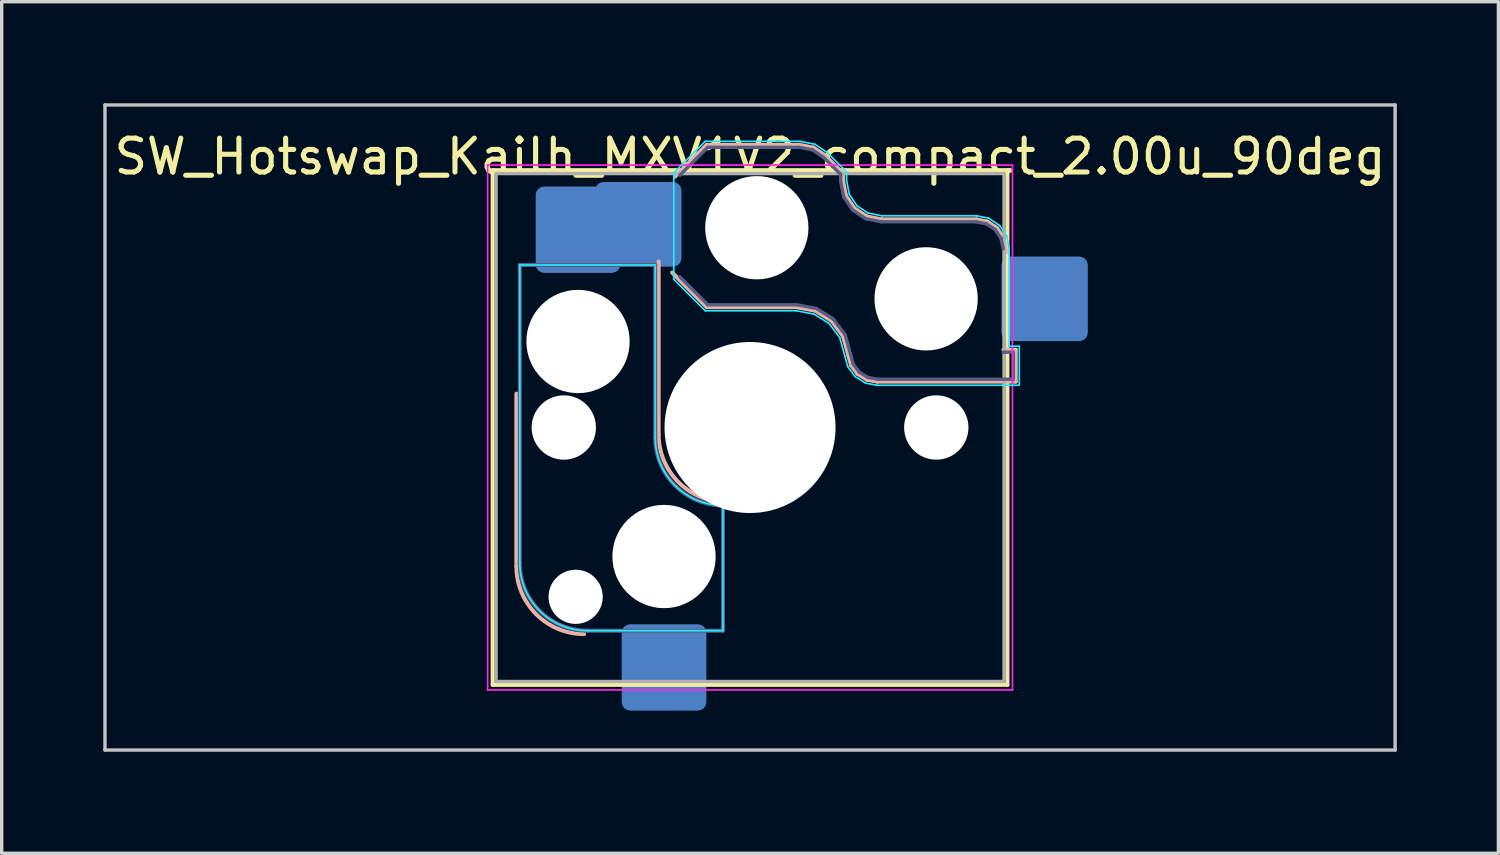
<source format=kicad_pcb>
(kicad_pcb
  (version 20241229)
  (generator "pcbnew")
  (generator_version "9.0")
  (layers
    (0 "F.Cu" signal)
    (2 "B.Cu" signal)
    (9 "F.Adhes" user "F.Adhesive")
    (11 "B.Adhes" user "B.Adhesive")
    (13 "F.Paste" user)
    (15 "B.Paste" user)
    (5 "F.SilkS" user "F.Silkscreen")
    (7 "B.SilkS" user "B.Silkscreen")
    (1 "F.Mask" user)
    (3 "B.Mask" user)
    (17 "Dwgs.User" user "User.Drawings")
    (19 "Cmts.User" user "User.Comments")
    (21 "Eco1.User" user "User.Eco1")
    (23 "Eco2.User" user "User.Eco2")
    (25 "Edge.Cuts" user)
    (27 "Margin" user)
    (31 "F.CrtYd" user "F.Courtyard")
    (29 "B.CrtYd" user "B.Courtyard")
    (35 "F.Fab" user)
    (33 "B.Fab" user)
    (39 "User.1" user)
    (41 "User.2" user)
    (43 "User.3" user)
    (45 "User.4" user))
  (footprint "SW_Hotswap_Kailh_MXV1V2_compact_2.00u_90deg"
    (layer "F.Cu")
    (at 19.1 9.575)
    (property "Reference" "SW_Hotswap_Kailh_MXV1V2_compact_2.00u_90deg" (at 0 -8 0) (layer "F.SilkS") (effects (font (size 1 1) (thickness 0.15))))
    (attr smd)
    (fp_line (start -7.6 -7.6) (end -7.6 7.6) (stroke (width 0.12) (type solid)) (layer "F.SilkS"))
    (fp_line (start -7.6 7.6) (end 7.6 7.6) (stroke (width 0.12) (type solid)) (layer "F.SilkS"))
    (fp_line (start 7.6 -7.6) (end -7.6 -7.6) (stroke (width 0.12) (type solid)) (layer "F.SilkS"))
    (fp_line (start 7.6 7.6) (end 7.6 -7.6) (stroke (width 0.12) (type solid)) (layer "F.SilkS"))
    (fp_line (start -6.9 4.1) (end -6.9 -1) (stroke (width 0.12) (type solid)) (layer "B.SilkS"))
    (fp_line (start -2.7 0.2) (end -2.7 -4.9) (stroke (width 0.12) (type solid)) (layer "B.SilkS"))
    (fp_line (start -2.216 -7.409) (end -1.279 -8.346) (stroke (width 0.12) (type solid)) (layer "B.SilkS"))
    (fp_line (start -1.279 -8.346) (end 1.468 -8.346) (stroke (width 0.12) (type solid)) (layer "B.SilkS"))
    (fp_line (start -1.279 -3.554) (end -2.3 -4.575) (stroke (width 0.12) (type solid)) (layer "B.SilkS"))
    (fp_line (start 1.368 -3.554) (end -1.279 -3.554) (stroke (width 0.12) (type solid)) (layer "B.SilkS"))
    (fp_line (start 1.468 -8.346) (end 1.871 -8.266) (stroke (width 0.12) (type solid)) (layer "B.SilkS"))
    (fp_line (start 1.871 -8.266) (end 2.213 -8.037) (stroke (width 0.12) (type solid)) (layer "B.SilkS"))
    (fp_line (start 1.93 -3.449) (end 1.368 -3.554) (stroke (width 0.12) (type solid)) (layer "B.SilkS"))
    (fp_line (start 2.213 -8.037) (end 2.746 -7.504) (stroke (width 0.12) (type solid)) (layer "B.SilkS"))
    (fp_line (start 2.409 -3.15) (end 1.93 -3.449) (stroke (width 0.12) (type solid)) (layer "B.SilkS"))
    (fp_line (start 2.746 -7.504) (end 2.746 -7.282) (stroke (width 0.12) (type solid)) (layer "B.SilkS"))
    (fp_line (start 2.746 -7.282) (end 2.833 -6.844) (stroke (width 0.12) (type solid)) (layer "B.SilkS"))
    (fp_line (start 2.747 -2.697) (end 2.409 -3.15) (stroke (width 0.12) (type solid)) (layer "B.SilkS"))
    (fp_line (start 2.833 -6.844) (end 3.077 -6.477) (stroke (width 0.12) (type solid)) (layer "B.SilkS"))
    (fp_line (start 2.901 -2.139) (end 2.747 -2.697) (stroke (width 0.12) (type solid)) (layer "B.SilkS"))
    (fp_line (start 2.983 -1.841) (end 2.901 -2.139) (stroke (width 0.12) (type solid)) (layer "B.SilkS"))
    (fp_line (start 3.077 -6.477) (end 3.444 -6.233) (stroke (width 0.12) (type solid)) (layer "B.SilkS"))
    (fp_line (start 3.176 -1.583) (end 2.983 -1.841) (stroke (width 0.12) (type solid)) (layer "B.SilkS"))
    (fp_line (start 3.444 -6.233) (end 3.882 -6.146) (stroke (width 0.12) (type solid)) (layer "B.SilkS"))
    (fp_line (start 3.45 -1.413) (end 3.176 -1.583) (stroke (width 0.12) (type solid)) (layer "B.SilkS"))
    (fp_line (start 3.76 -1.354) (end 3.45 -1.413) (stroke (width 0.12) (type solid)) (layer "B.SilkS"))
    (fp_line (start 3.882 -6.146) (end 6.682 -6.146) (stroke (width 0.12) (type solid)) (layer "B.SilkS"))
    (fp_line (start 6.682 -6.146) (end 7.009 -6.081) (stroke (width 0.12) (type solid)) (layer "B.SilkS"))
    (fp_line (start 7.009 -6.081) (end 7.292 -5.892) (stroke (width 0.12) (type solid)) (layer "B.SilkS"))
    (fp_line (start 7.292 -5.892) (end 7.481 -5.609) (stroke (width 0.12) (type solid)) (layer "B.SilkS"))
    (fp_line (start 7.481 -5.609) (end 7.566 -5.182) (stroke (width 0.12) (type solid)) (layer "B.SilkS"))
    (fp_line (start 7.483 -2.296) (end 7.846 -2.296) (stroke (width 0.12) (type solid)) (layer "B.SilkS"))
    (fp_line (start 7.846 -2.296) (end 7.846 -1.354) (stroke (width 0.12) (type solid)) (layer "B.SilkS"))
    (fp_line (start 7.846 -1.354) (end 3.76 -1.354) (stroke (width 0.12) (type solid)) (layer "B.SilkS"))
    (fp_arc (start -4.9 6.1) (mid -6.314214 5.514214) (end -6.9 4.1) (stroke (width 0.12) (type solid)) (layer "B.SilkS"))
    (fp_arc (start -0.7 2.2) (mid -2.114214 1.614214) (end -2.7 0.2) (stroke (width 0.12) (type solid)) (layer "B.SilkS"))
    (fp_line (start -19.05 -9.525) (end -19.05 9.525) (stroke (width 0.1) (type solid)) (layer "Dwgs.User"))
    (fp_line (start -19.05 9.525) (end 19.05 9.525) (stroke (width 0.1) (type solid)) (layer "Dwgs.User"))
    (fp_line (start 19.05 -9.525) (end -19.05 -9.525) (stroke (width 0.1) (type solid)) (layer "Dwgs.User"))
    (fp_line (start 19.05 9.525) (end 19.05 -9.525) (stroke (width 0.1) (type solid)) (layer "Dwgs.User"))
    (fp_line (start -6.8 -4.8) (end -2.8 -4.8) (stroke (width 0.05) (type solid)) (layer "B.CrtYd"))
    (fp_line (start -6.8 4) (end -6.8 -4.8) (stroke (width 0.05) (type solid)) (layer "B.CrtYd"))
    (fp_line (start -2.8 0.3) (end -2.8 -4.8) (stroke (width 0.05) (type solid)) (layer "B.CrtYd"))
    (fp_line (start -2.252 -7.523) (end -1.323 -8.452) (stroke (width 0.05) (type solid)) (layer "B.CrtYd"))
    (fp_line (start -2.252 -4.377) (end -2.252 -7.523) (stroke (width 0.05) (type solid)) (layer "B.CrtYd"))
    (fp_line (start -1.323 -8.452) (end 1.478 -8.452) (stroke (width 0.05) (type solid)) (layer "B.CrtYd"))
    (fp_line (start -1.323 -3.448) (end -2.252 -4.377) (stroke (width 0.05) (type solid)) (layer "B.CrtYd"))
    (fp_line (start -0.8 6) (end -4.8 6) (stroke (width 0.05) (type solid)) (layer "B.CrtYd"))
    (fp_line (start -0.8 6) (end -0.8 2.3) (stroke (width 0.05) (type solid)) (layer "B.CrtYd"))
    (fp_line (start 1.359 -3.448) (end -1.323 -3.448) (stroke (width 0.05) (type solid)) (layer "B.CrtYd"))
    (fp_line (start 1.478 -8.452) (end 1.912 -8.366) (stroke (width 0.05) (type solid)) (layer "B.CrtYd"))
    (fp_line (start 1.891 -3.348) (end 1.359 -3.448) (stroke (width 0.05) (type solid)) (layer "B.CrtYd"))
    (fp_line (start 1.912 -8.366) (end 2.281 -8.119) (stroke (width 0.05) (type solid)) (layer "B.CrtYd"))
    (fp_line (start 2.281 -8.119) (end 2.852 -7.548) (stroke (width 0.05) (type solid)) (layer "B.CrtYd"))
    (fp_line (start 2.336 -3.071) (end 1.891 -3.348) (stroke (width 0.05) (type solid)) (layer "B.CrtYd"))
    (fp_line (start 2.65 -2.65) (end 2.336 -3.071) (stroke (width 0.05) (type solid)) (layer "B.CrtYd"))
    (fp_line (start 2.799 -2.111) (end 2.65 -2.65) (stroke (width 0.05) (type solid)) (layer "B.CrtYd"))
    (fp_line (start 2.852 -7.548) (end 2.852 -7.292) (stroke (width 0.05) (type solid)) (layer "B.CrtYd"))
    (fp_line (start 2.852 -7.292) (end 2.933 -6.885) (stroke (width 0.05) (type solid)) (layer "B.CrtYd"))
    (fp_line (start 2.887 -1.794) (end 2.799 -2.111) (stroke (width 0.05) (type solid)) (layer "B.CrtYd"))
    (fp_line (start 2.933 -6.885) (end 3.153 -6.553) (stroke (width 0.05) (type solid)) (layer "B.CrtYd"))
    (fp_line (start 3.103 -1.503) (end 2.887 -1.794) (stroke (width 0.05) (type solid)) (layer "B.CrtYd"))
    (fp_line (start 3.153 -6.553) (end 3.485 -6.333) (stroke (width 0.05) (type solid)) (layer "B.CrtYd"))
    (fp_line (start 3.411 -1.312) (end 3.103 -1.503) (stroke (width 0.05) (type solid)) (layer "B.CrtYd"))
    (fp_line (start 3.485 -6.333) (end 3.892 -6.252) (stroke (width 0.05) (type solid)) (layer "B.CrtYd"))
    (fp_line (start 3.75 -1.248) (end 3.411 -1.312) (stroke (width 0.05) (type solid)) (layer "B.CrtYd"))
    (fp_line (start 3.892 -6.252) (end 6.692 -6.252) (stroke (width 0.05) (type solid)) (layer "B.CrtYd"))
    (fp_line (start 6.692 -6.252) (end 7.05 -6.181) (stroke (width 0.05) (type solid)) (layer "B.CrtYd"))
    (fp_line (start 7.05 -6.181) (end 7.368 -5.968) (stroke (width 0.05) (type solid)) (layer "B.CrtYd"))
    (fp_line (start 7.368 -5.968) (end 7.581 -5.65) (stroke (width 0.05) (type solid)) (layer "B.CrtYd"))
    (fp_line (start 7.581 -5.65) (end 7.652 -5.292) (stroke (width 0.05) (type solid)) (layer "B.CrtYd"))
    (fp_line (start 7.652 -5.292) (end 7.652 -2.402) (stroke (width 0.05) (type solid)) (layer "B.CrtYd"))
    (fp_line (start 7.652 -2.402) (end 7.952 -2.402) (stroke (width 0.05) (type solid)) (layer "B.CrtYd"))
    (fp_line (start 7.952 -2.402) (end 7.952 -1.248) (stroke (width 0.05) (type solid)) (layer "B.CrtYd"))
    (fp_line (start 7.952 -1.248) (end 3.75 -1.248) (stroke (width 0.05) (type solid)) (layer "B.CrtYd"))
    (fp_arc (start -4.8 6) (mid -6.214214 5.414214) (end -6.8 4) (stroke (width 0.05) (type solid)) (layer "B.CrtYd"))
    (fp_arc (start -0.8 2.3) (mid -2.214214 1.714214) (end -2.8 0.3) (stroke (width 0.05) (type solid)) (layer "B.CrtYd"))
    (fp_line (start -7.75 -7.75) (end -7.75 7.75) (stroke (width 0.05) (type solid)) (layer "F.CrtYd"))
    (fp_line (start -7.75 7.75) (end 7.75 7.75) (stroke (width 0.05) (type solid)) (layer "F.CrtYd"))
    (fp_line (start 7.75 -7.75) (end -7.75 -7.75) (stroke (width 0.05) (type solid)) (layer "F.CrtYd"))
    (fp_line (start 7.75 7.75) (end 7.75 -7.75) (stroke (width 0.05) (type solid)) (layer "F.CrtYd"))
    (fp_line (start -6.8 -4.8) (end -2.8 -4.8) (stroke (width 0.12) (type solid)) (layer "B.Fab"))
    (fp_line (start -6.8 4) (end -6.8 -4.8) (stroke (width 0.12) (type solid)) (layer "B.Fab"))
    (fp_line (start -2.8 0.3) (end -2.8 -4.8) (stroke (width 0.12) (type solid)) (layer "B.Fab"))
    (fp_line (start -2.075 -7.45) (end -1.25 -8.275) (stroke (width 0.1) (type solid)) (layer "B.Fab"))
    (fp_line (start -1.25 -8.275) (end 1.461 -8.275) (stroke (width 0.1) (type solid)) (layer "B.Fab"))
    (fp_line (start -1.25 -3.625) (end -2.075 -4.45) (stroke (width 0.1) (type solid)) (layer "B.Fab"))
    (fp_line (start -0.8 6) (end -4.8 6) (stroke (width 0.12) (type solid)) (layer "B.Fab"))
    (fp_line (start -0.8 6) (end -0.8 2.3) (stroke (width 0.12) (type solid)) (layer "B.Fab"))
    (fp_line (start 1.375 -3.625) (end -1.25 -3.625) (stroke (width 0.1) (type solid)) (layer "B.Fab"))
    (fp_line (start 1.461 -8.275) (end 1.843 -8.199) (stroke (width 0.1) (type solid)) (layer "B.Fab"))
    (fp_line (start 1.843 -8.199) (end 2.168 -7.982) (stroke (width 0.1) (type solid)) (layer "B.Fab"))
    (fp_line (start 1.956 -3.516) (end 1.375 -3.625) (stroke (width 0.1) (type solid)) (layer "B.Fab"))
    (fp_line (start 2.168 -7.982) (end 2.675 -7.475) (stroke (width 0.1) (type solid)) (layer "B.Fab"))
    (fp_line (start 2.458 -3.203) (end 1.956 -3.516) (stroke (width 0.1) (type solid)) (layer "B.Fab"))
    (fp_line (start 2.675 -7.475) (end 2.675 -7.275) (stroke (width 0.1) (type solid)) (layer "B.Fab"))
    (fp_line (start 2.675 -7.275) (end 2.766 -6.816) (stroke (width 0.1) (type solid)) (layer "B.Fab"))
    (fp_line (start 2.766 -6.816) (end 3.026 -6.426) (stroke (width 0.1) (type solid)) (layer "B.Fab"))
    (fp_line (start 2.812 -2.729) (end 2.458 -3.203) (stroke (width 0.1) (type solid)) (layer "B.Fab"))
    (fp_line (start 2.969 -2.158) (end 2.812 -2.729) (stroke (width 0.1) (type solid)) (layer "B.Fab"))
    (fp_line (start 3.026 -6.426) (end 3.416 -6.166) (stroke (width 0.1) (type solid)) (layer "B.Fab"))
    (fp_line (start 3.048 -1.873) (end 2.969 -2.158) (stroke (width 0.1) (type solid)) (layer "B.Fab"))
    (fp_line (start 3.225 -1.636) (end 3.048 -1.873) (stroke (width 0.1) (type solid)) (layer "B.Fab"))
    (fp_line (start 3.416 -6.166) (end 3.875 -6.075) (stroke (width 0.1) (type solid)) (layer "B.Fab"))
    (fp_line (start 3.476 -1.48) (end 3.225 -1.636) (stroke (width 0.1) (type solid)) (layer "B.Fab"))
    (fp_line (start 3.767 -1.425) (end 3.476 -1.48) (stroke (width 0.1) (type solid)) (layer "B.Fab"))
    (fp_line (start 3.875 -6.075) (end 6.675 -6.075) (stroke (width 0.1) (type solid)) (layer "B.Fab"))
    (fp_line (start 6.675 -6.075) (end 6.981 -6.014) (stroke (width 0.1) (type solid)) (layer "B.Fab"))
    (fp_line (start 6.981 -6.014) (end 7.241 -5.841) (stroke (width 0.1) (type solid)) (layer "B.Fab"))
    (fp_line (start 7.241 -5.841) (end 7.414 -5.581) (stroke (width 0.1) (type solid)) (layer "B.Fab"))
    (fp_line (start 7.414 -5.581) (end 7.475 -5.275) (stroke (width 0.1) (type solid)) (layer "B.Fab"))
    (fp_line (start 7.475 -2.225) (end 7.775 -2.225) (stroke (width 0.1) (type solid)) (layer "B.Fab"))
    (fp_line (start 7.775 -2.225) (end 7.775 -1.425) (stroke (width 0.1) (type solid)) (layer "B.Fab"))
    (fp_line (start 7.775 -1.425) (end 3.767 -1.425) (stroke (width 0.1) (type solid)) (layer "B.Fab"))
    (fp_arc (start -4.8 6) (mid -6.214214 5.414214) (end -6.8 4) (stroke (width 0.12) (type solid)) (layer "B.Fab"))
    (fp_arc (start -0.8 2.3) (mid -2.214214 1.714214) (end -2.8 0.3) (stroke (width 0.12) (type solid)) (layer "B.Fab"))
    (fp_line (start -7.5 -7.5) (end -7.5 7.5) (stroke (width 0.1) (type solid)) (layer "F.Fab"))
    (fp_line (start -7.5 7.5) (end 7.5 7.5) (stroke (width 0.1) (type solid)) (layer "F.Fab"))
    (fp_line (start 7.5 -7.5) (end -7.5 -7.5) (stroke (width 0.1) (type solid)) (layer "F.Fab"))
    (fp_line (start 7.5 7.5) (end 7.5 -7.5) (stroke (width 0.1) (type solid)) (layer "F.Fab"))
    (pad "" np_thru_hole circle (at -5.5 0) (size 1.9 1.9) (drill 1.9) (layers "*.Cu" "*.Mask"))
    (pad "" np_thru_hole circle (at -5.15 5 90) (size 1.6 1.6) (drill 1.6) (layers "*.Cu" "*.Mask"))
    (pad "" np_thru_hole circle (at -5.08 -2.54 90) (size 3.05 3.05) (drill 3.05) (layers "*.Cu" "*.Mask"))
    (pad "" np_thru_hole circle (at -2.54 3.81 90) (size 3.05 3.05) (drill 3.05) (layers "*.Cu" "*.Mask"))
    (pad "" np_thru_hole circle (at 0 0) (size 5.05 5.05) (drill 5.05) (layers "*.Cu" "*.Mask"))
    (pad "" np_thru_hole circle (at 0.2 -5.9) (size 3.05 3.05) (drill 3.05) (layers "*.Cu" "*.Mask"))
    (pad "" np_thru_hole circle (at 5.2 -3.8) (size 3.05 3.05) (drill 3.05) (layers "*.Cu" "*.Mask"))
    (pad "" np_thru_hole circle (at 5.5 0) (size 1.9 1.9) (drill 1.9) (layers "*.Cu" "*.Mask"))
    (pad "1" smd roundrect (at -5.08 -5.842 90) (size 2.55 2.5) (layers "B.Cu" "B.Mask" "B.Paste") (roundrect_rratio 0.1))
    (pad "1" smd roundrect (at -3.3 -6) (size 2.55 2.5) (layers "B.Cu" "B.Mask" "B.Paste") (roundrect_rratio 0.1))
    (pad "2" smd roundrect (at -2.54 7.085 90) (size 2.55 2.5) (layers "B.Cu" "B.Mask" "B.Paste") (roundrect_rratio 0.1))
    (pad "2" smd roundrect (at 8.7 -3.8) (size 2.55 2.5) (layers "B.Cu" "B.Mask" "B.Paste") (roundrect_rratio 0.1)))
  (gr_rect
    (start -3 -3)
    (end 41.2 22.15)
    (stroke (width 0.1) (type default))
    (fill no)
    (layer "Edge.Cuts")))
</source>
